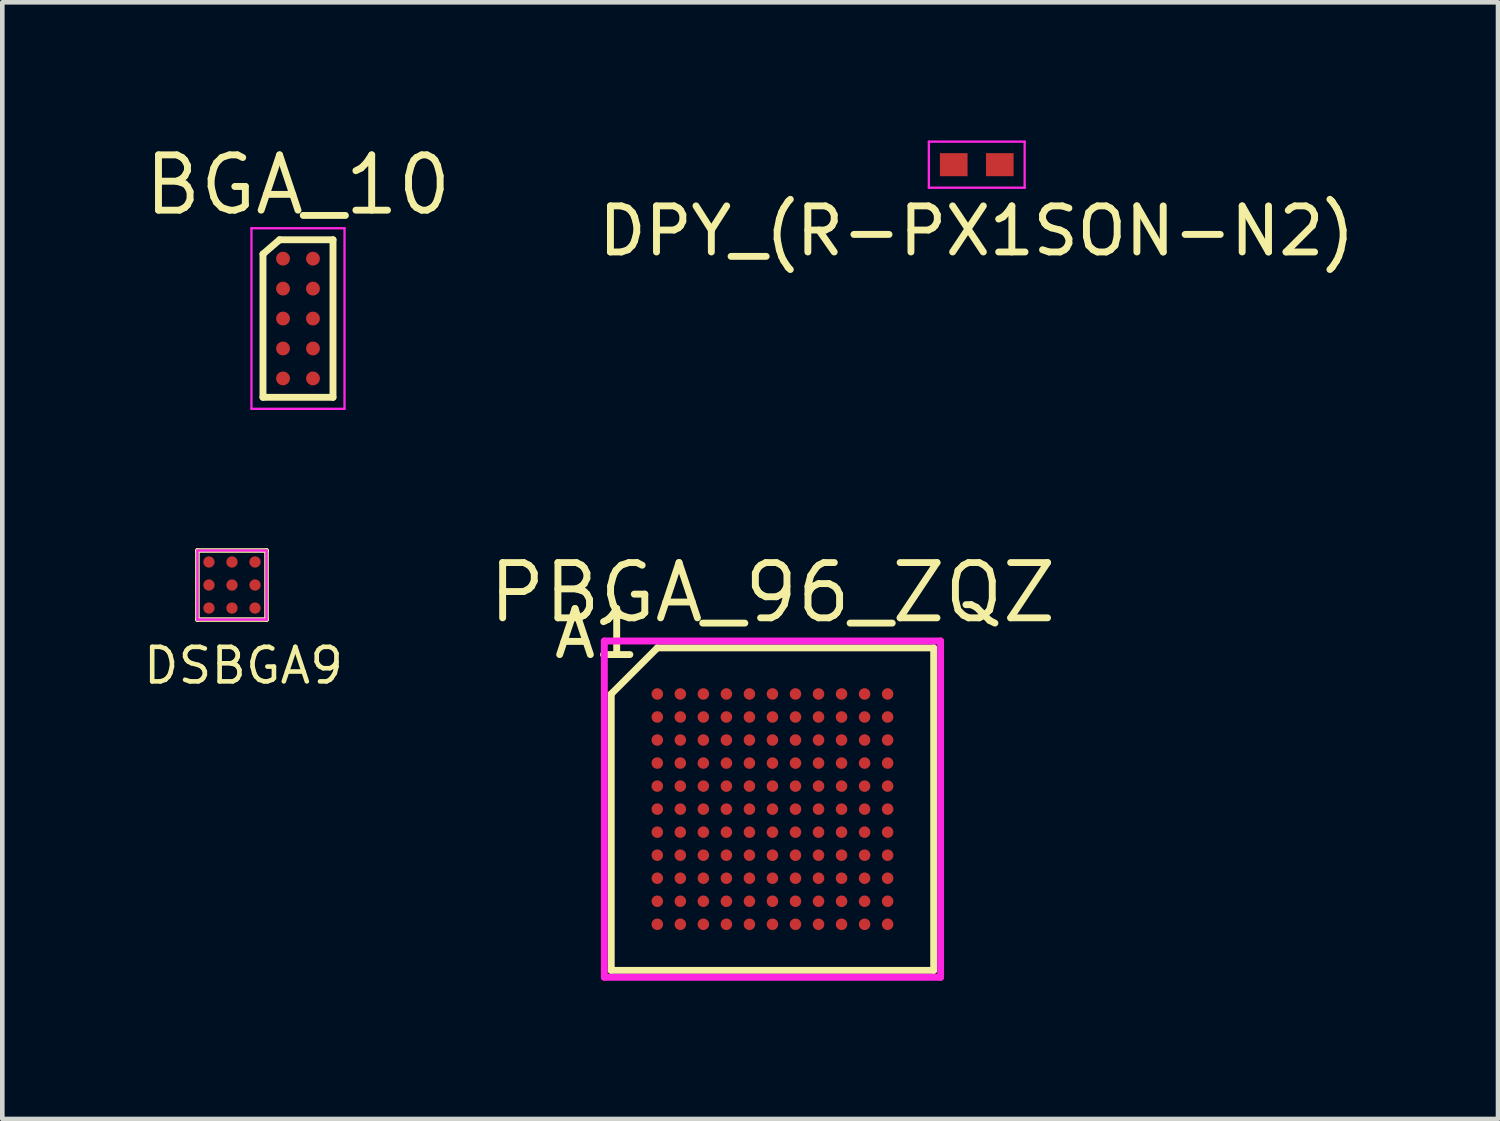
<source format=kicad_pcb>
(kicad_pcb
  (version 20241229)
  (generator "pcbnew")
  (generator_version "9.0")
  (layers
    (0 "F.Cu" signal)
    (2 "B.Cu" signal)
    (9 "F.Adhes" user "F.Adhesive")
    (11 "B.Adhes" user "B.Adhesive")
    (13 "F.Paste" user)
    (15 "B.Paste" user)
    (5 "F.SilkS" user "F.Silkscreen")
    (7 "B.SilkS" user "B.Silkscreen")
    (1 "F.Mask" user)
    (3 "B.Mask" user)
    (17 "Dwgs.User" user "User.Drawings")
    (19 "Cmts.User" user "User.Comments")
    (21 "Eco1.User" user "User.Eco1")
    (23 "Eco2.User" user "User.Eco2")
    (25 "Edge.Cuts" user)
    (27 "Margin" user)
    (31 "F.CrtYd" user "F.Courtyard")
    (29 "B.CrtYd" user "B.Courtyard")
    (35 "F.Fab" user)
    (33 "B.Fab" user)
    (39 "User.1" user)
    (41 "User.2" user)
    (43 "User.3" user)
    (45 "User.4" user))
  (footprint "DPY_(R-PX1SON-N2)"
    (layer "F.Cu")
    (at 18.154 0.525)
    (property "Reference" "DPY_(R-PX1SON-N2)" (at 0 1.44 0) (layer "F.SilkS") (effects (font (size 1 1) (thickness 0.15))))
    (attr through_hole)
    (fp_line (start -1.04 -0.5) (end 1.04 -0.5) (stroke (width 0.05) (type solid)) (layer "F.CrtYd"))
    (fp_line (start -1.04 0.5) (end -1.04 -0.5) (stroke (width 0.05) (type solid)) (layer "F.CrtYd"))
    (fp_line (start 1.04 -0.5) (end 1.04 0.5) (stroke (width 0.05) (type solid)) (layer "F.CrtYd"))
    (fp_line (start 1.04 0.5) (end -1.04 0.5) (stroke (width 0.05) (type solid)) (layer "F.CrtYd"))
    (pad "1" smd rect (at -0.5 0) (size 0.6 0.5) (layers "F.Cu" "F.Mask" "F.Paste"))
    (pad "2" smd rect (at 0.5 0) (size 0.6 0.5) (layers "F.Cu" "F.Mask" "F.Paste")))
  (footprint "DSBGA9"
    (layer "F.Cu")
    (at 1.986 9.65)
    (property "Reference" "DSBGA9" (at 0.25 1.75 0) (layer "F.SilkS") (effects (font (size 0.75 0.75) (thickness 0.1))))
    (attr smd)
    (fp_line (start -0.75 -0.75) (end 0.75 -0.75) (stroke (width 0.1) (type solid)) (layer "F.SilkS"))
    (fp_line (start -0.75 0.75) (end -0.75 -0.75) (stroke (width 0.1) (type solid)) (layer "F.SilkS"))
    (fp_line (start 0.75 -0.75) (end 0.75 0.75) (stroke (width 0.1) (type solid)) (layer "F.SilkS"))
    (fp_line (start 0.75 0.75) (end -0.75 0.75) (stroke (width 0.1) (type solid)) (layer "F.SilkS"))
    (fp_line (start -0.75 -0.75) (end 0.75 -0.75) (stroke (width 0.05) (type solid)) (layer "F.CrtYd"))
    (fp_line (start -0.75 0.75) (end -0.75 -0.75) (stroke (width 0.05) (type solid)) (layer "F.CrtYd"))
    (fp_line (start 0.75 -0.75) (end 0.75 0.75) (stroke (width 0.05) (type solid)) (layer "F.CrtYd"))
    (fp_line (start 0.75 0.75) (end -0.75 0.75) (stroke (width 0.05) (type solid)) (layer "F.CrtYd"))
    (fp_line (start -0.75 -0.75) (end 0.75 -0.75) (stroke (width 0.05) (type solid)) (layer "F.Fab"))
    (fp_line (start -0.75 0.75) (end -0.75 -0.75) (stroke (width 0.05) (type solid)) (layer "F.Fab"))
    (fp_line (start 0.75 -0.75) (end 0.75 0.75) (stroke (width 0.05) (type solid)) (layer "F.Fab"))
    (fp_line (start 0.75 0.75) (end -0.75 0.75) (stroke (width 0.05) (type solid)) (layer "F.Fab"))
    (pad "A1" smd circle (at -0.5 -0.5) (size 0.245 0.245) (layers "F.Cu" "F.Mask" "F.Paste"))
    (pad "A2" smd circle (at 0 -0.5) (size 0.245 0.245) (layers "F.Cu" "F.Mask" "F.Paste"))
    (pad "A3" smd circle (at 0.5 -0.5) (size 0.245 0.245) (layers "F.Cu" "F.Mask" "F.Paste"))
    (pad "B1" smd circle (at -0.5 0) (size 0.245 0.245) (layers "F.Cu" "F.Mask" "F.Paste"))
    (pad "B2" smd circle (at 0 0) (size 0.245 0.245) (layers "F.Cu" "F.Mask" "F.Paste"))
    (pad "B3" smd circle (at 0.5 0) (size 0.245 0.245) (layers "F.Cu" "F.Mask" "F.Paste"))
    (pad "C1" smd circle (at -0.5 0.5) (size 0.245 0.245) (layers "F.Cu" "F.Mask" "F.Paste"))
    (pad "C2" smd circle (at 0 0.5) (size 0.245 0.245) (layers "F.Cu" "F.Mask" "F.Paste"))
    (pad "C3" smd circle (at 0.5 0.5) (size 0.245 0.245) (layers "F.Cu" "F.Mask" "F.Paste")))
  (footprint "PBGA_96_ZQZ"
    (layer "F.Cu")
    (at 13.719 14.515)
    (property "Reference" "PBGA_96_ZQZ" (at 0 -4.7 0) (layer "F.SilkS") (effects (font (size 1.2 1.2) (thickness 0.15))))
    (attr through_hole)
    (fp_line (start -3.5 -2.5) (end -3.5 3.5) (stroke (width 0.15) (type solid)) (layer "F.SilkS"))
    (fp_line (start -3.5 3.5) (end 3.5 3.5) (stroke (width 0.15) (type solid)) (layer "F.SilkS"))
    (fp_line (start -2.5 -3.5) (end -3.5 -2.5) (stroke (width 0.15) (type solid)) (layer "F.SilkS"))
    (fp_line (start 3.5 -3.5) (end -2.5 -3.5) (stroke (width 0.15) (type solid)) (layer "F.SilkS"))
    (fp_line (start 3.5 3.5) (end 3.5 -3.5) (stroke (width 0.15) (type solid)) (layer "F.SilkS"))
    (fp_line (start -3.65 -3.65) (end 3.65 -3.65) (stroke (width 0.15) (type solid)) (layer "F.CrtYd"))
    (fp_line (start -3.65 3.65) (end -3.65 -3.65) (stroke (width 0.15) (type solid)) (layer "F.CrtYd"))
    (fp_line (start 3.65 -3.65) (end 3.65 3.65) (stroke (width 0.15) (type solid)) (layer "F.CrtYd"))
    (fp_line (start 3.65 3.65) (end -3.65 3.65) (stroke (width 0.15) (type solid)) (layer "F.CrtYd"))
    (fp_text user "A1" (at -3.81 -3.81 0) (layer "F.SilkS") (effects (font (size 1 1) (thickness 0.15))))
    (pad "A1" smd circle (at -2.5 -2.5) (size 0.25 0.25) (layers "F.Cu" "F.Mask" "F.Paste"))
    (pad "A2" smd circle (at -2 -2.5) (size 0.25 0.25) (layers "F.Cu" "F.Mask" "F.Paste"))
    (pad "A3" smd circle (at -1.5 -2.5) (size 0.25 0.25) (layers "F.Cu" "F.Mask" "F.Paste"))
    (pad "A4" smd circle (at -1 -2.5) (size 0.25 0.25) (layers "F.Cu" "F.Mask" "F.Paste"))
    (pad "A5" smd circle (at -0.5 -2.5) (size 0.25 0.25) (layers "F.Cu" "F.Mask" "F.Paste"))
    (pad "A6" smd circle (at 0 -2.5) (size 0.25 0.25) (layers "F.Cu" "F.Mask" "F.Paste"))
    (pad "A7" smd circle (at 0.5 -2.5) (size 0.25 0.25) (layers "F.Cu" "F.Mask" "F.Paste"))
    (pad "A8" smd circle (at 1 -2.5) (size 0.25 0.25) (layers "F.Cu" "F.Mask" "F.Paste"))
    (pad "A9" smd circle (at 1.5 -2.5) (size 0.25 0.25) (layers "F.Cu" "F.Mask" "F.Paste"))
    (pad "A10" smd circle (at 2 -2.5) (size 0.25 0.25) (layers "F.Cu" "F.Mask" "F.Paste"))
    (pad "A11" smd circle (at 2.5 -2.5) (size 0.25 0.25) (layers "F.Cu" "F.Mask" "F.Paste"))
    (pad "B1" smd circle (at -2.5 -2) (size 0.25 0.25) (layers "F.Cu" "F.Mask" "F.Paste"))
    (pad "B2" smd circle (at -2 -2) (size 0.25 0.25) (layers "F.Cu" "F.Mask" "F.Paste"))
    (pad "B3" smd circle (at -1.5 -2) (size 0.25 0.25) (layers "F.Cu" "F.Mask" "F.Paste"))
    (pad "B4" smd circle (at -1 -2) (size 0.25 0.25) (layers "F.Cu" "F.Mask" "F.Paste"))
    (pad "B5" smd circle (at -0.5 -2) (size 0.25 0.25) (layers "F.Cu" "F.Mask" "F.Paste"))
    (pad "B6" smd circle (at 0 -2) (size 0.25 0.25) (layers "F.Cu" "F.Mask" "F.Paste"))
    (pad "B7" smd circle (at 0.5 -2) (size 0.25 0.25) (layers "F.Cu" "F.Mask" "F.Paste"))
    (pad "B8" smd circle (at 1 -2) (size 0.25 0.25) (layers "F.Cu" "F.Mask" "F.Paste"))
    (pad "B9" smd circle (at 1.5 -2) (size 0.25 0.25) (layers "F.Cu" "F.Mask" "F.Paste"))
    (pad "B10" smd circle (at 2 -2) (size 0.25 0.25) (layers "F.Cu" "F.Mask" "F.Paste"))
    (pad "B11" smd circle (at 2.5 -2) (size 0.25 0.25) (layers "F.Cu" "F.Mask" "F.Paste"))
    (pad "C1" smd circle (at -2.5 -1.5) (size 0.25 0.25) (layers "F.Cu" "F.Mask" "F.Paste"))
    (pad "C2" smd circle (at -2 -1.5) (size 0.25 0.25) (layers "F.Cu" "F.Mask" "F.Paste"))
    (pad "C3" smd circle (at -1.5 -1.5) (size 0.25 0.25) (layers "F.Cu" "F.Mask" "F.Paste"))
    (pad "C4" smd circle (at -1 -1.5) (size 0.25 0.25) (layers "F.Cu" "F.Mask" "F.Paste"))
    (pad "C5" smd circle (at -0.5 -1.5) (size 0.25 0.25) (layers "F.Cu" "F.Mask" "F.Paste"))
    (pad "C6" smd circle (at 0 -1.5) (size 0.25 0.25) (layers "F.Cu" "F.Mask" "F.Paste"))
    (pad "C7" smd circle (at 0.5 -1.5) (size 0.25 0.25) (layers "F.Cu" "F.Mask" "F.Paste"))
    (pad "C8" smd circle (at 1 -1.5) (size 0.25 0.25) (layers "F.Cu" "F.Mask" "F.Paste"))
    (pad "C9" smd circle (at 1.5 -1.5) (size 0.25 0.25) (layers "F.Cu" "F.Mask" "F.Paste"))
    (pad "C10" smd circle (at 2 -1.5) (size 0.25 0.25) (layers "F.Cu" "F.Mask" "F.Paste"))
    (pad "C11" smd circle (at 2.5 -1.5) (size 0.25 0.25) (layers "F.Cu" "F.Mask" "F.Paste"))
    (pad "D1" smd circle (at -2.5 -1) (size 0.25 0.25) (layers "F.Cu" "F.Mask" "F.Paste"))
    (pad "D2" smd circle (at -2 -1) (size 0.25 0.25) (layers "F.Cu" "F.Mask" "F.Paste"))
    (pad "D3" smd circle (at -1.5 -1) (size 0.25 0.25) (layers "F.Cu" "F.Mask" "F.Paste"))
    (pad "D4" smd circle (at -1 -1) (size 0.25 0.25) (layers "F.Cu" "F.Mask" "F.Paste"))
    (pad "D5" smd circle (at -0.5 -1) (size 0.25 0.25) (layers "F.Cu" "F.Mask" "F.Paste"))
    (pad "D6" smd circle (at 0 -1) (size 0.25 0.25) (layers "F.Cu" "F.Mask" "F.Paste"))
    (pad "D7" smd circle (at 0.5 -1) (size 0.25 0.25) (layers "F.Cu" "F.Mask" "F.Paste"))
    (pad "D8" smd circle (at 1 -1) (size 0.25 0.25) (layers "F.Cu" "F.Mask" "F.Paste"))
    (pad "D9" smd circle (at 1.5 -1) (size 0.25 0.25) (layers "F.Cu" "F.Mask" "F.Paste"))
    (pad "D10" smd circle (at 2 -1) (size 0.25 0.25) (layers "F.Cu" "F.Mask" "F.Paste"))
    (pad "D11" smd circle (at 2.5 -1) (size 0.25 0.25) (layers "F.Cu" "F.Mask" "F.Paste"))
    (pad "E1" smd circle (at -2.5 -0.5) (size 0.25 0.25) (layers "F.Cu" "F.Mask" "F.Paste"))
    (pad "E2" smd circle (at -2 -0.5) (size 0.25 0.25) (layers "F.Cu" "F.Mask" "F.Paste"))
    (pad "E3" smd circle (at -1.5 -0.5) (size 0.25 0.25) (layers "F.Cu" "F.Mask" "F.Paste"))
    (pad "E4" smd circle (at -1 -0.5) (size 0.25 0.25) (layers "F.Cu" "F.Mask" "F.Paste"))
    (pad "E5" smd circle (at -0.5 -0.5) (size 0.25 0.25) (layers "F.Cu" "F.Mask" "F.Paste"))
    (pad "E6" smd circle (at 0 -0.5) (size 0.25 0.25) (layers "F.Cu" "F.Mask" "F.Paste"))
    (pad "E7" smd circle (at 0.5 -0.5) (size 0.25 0.25) (layers "F.Cu" "F.Mask" "F.Paste"))
    (pad "E8" smd circle (at 1 -0.5) (size 0.25 0.25) (layers "F.Cu" "F.Mask" "F.Paste"))
    (pad "E9" smd circle (at 1.5 -0.5) (size 0.25 0.25) (layers "F.Cu" "F.Mask" "F.Paste"))
    (pad "E10" smd circle (at 2 -0.5) (size 0.25 0.25) (layers "F.Cu" "F.Mask" "F.Paste"))
    (pad "E11" smd circle (at 2.5 -0.5) (size 0.25 0.25) (layers "F.Cu" "F.Mask" "F.Paste"))
    (pad "F1" smd circle (at -2.5 0) (size 0.25 0.25) (layers "F.Cu" "F.Mask" "F.Paste"))
    (pad "F2" smd circle (at -2 0) (size 0.25 0.25) (layers "F.Cu" "F.Mask" "F.Paste"))
    (pad "F3" smd circle (at -1.5 0) (size 0.25 0.25) (layers "F.Cu" "F.Mask" "F.Paste"))
    (pad "F4" smd circle (at -1 0) (size 0.25 0.25) (layers "F.Cu" "F.Mask" "F.Paste"))
    (pad "F5" smd circle (at -0.5 0) (size 0.25 0.25) (layers "F.Cu" "F.Mask" "F.Paste"))
    (pad "F6" smd circle (at 0 0) (size 0.25 0.25) (layers "F.Cu" "F.Mask" "F.Paste"))
    (pad "F7" smd circle (at 0.5 0) (size 0.25 0.25) (layers "F.Cu" "F.Mask" "F.Paste"))
    (pad "F8" smd circle (at 1 0) (size 0.25 0.25) (layers "F.Cu" "F.Mask" "F.Paste"))
    (pad "F9" smd circle (at 1.5 0) (size 0.25 0.25) (layers "F.Cu" "F.Mask" "F.Paste"))
    (pad "F10" smd circle (at 2 0) (size 0.25 0.25) (layers "F.Cu" "F.Mask" "F.Paste"))
    (pad "F11" smd circle (at 2.5 0) (size 0.25 0.25) (layers "F.Cu" "F.Mask" "F.Paste"))
    (pad "G1" smd circle (at -2.5 0.5) (size 0.25 0.25) (layers "F.Cu" "F.Mask" "F.Paste"))
    (pad "G2" smd circle (at -2 0.5) (size 0.25 0.25) (layers "F.Cu" "F.Mask" "F.Paste"))
    (pad "G3" smd circle (at -1.5 0.5) (size 0.25 0.25) (layers "F.Cu" "F.Mask" "F.Paste"))
    (pad "G4" smd circle (at -1 0.5) (size 0.25 0.25) (layers "F.Cu" "F.Mask" "F.Paste"))
    (pad "G5" smd circle (at -0.5 0.5) (size 0.25 0.25) (layers "F.Cu" "F.Mask" "F.Paste"))
    (pad "G6" smd circle (at 0 0.5) (size 0.25 0.25) (layers "F.Cu" "F.Mask" "F.Paste"))
    (pad "G7" smd circle (at 0.5 0.5) (size 0.25 0.25) (layers "F.Cu" "F.Mask" "F.Paste"))
    (pad "G8" smd circle (at 1 0.5) (size 0.25 0.25) (layers "F.Cu" "F.Mask" "F.Paste"))
    (pad "G9" smd circle (at 1.5 0.5) (size 0.25 0.25) (layers "F.Cu" "F.Mask" "F.Paste"))
    (pad "G10" smd circle (at 2 0.5) (size 0.25 0.25) (layers "F.Cu" "F.Mask" "F.Paste"))
    (pad "G11" smd circle (at 2.5 0.5) (size 0.25 0.25) (layers "F.Cu" "F.Mask" "F.Paste"))
    (pad "H1" smd circle (at -2.5 1) (size 0.25 0.25) (layers "F.Cu" "F.Mask" "F.Paste"))
    (pad "H2" smd circle (at -2 1) (size 0.25 0.25) (layers "F.Cu" "F.Mask" "F.Paste"))
    (pad "H3" smd circle (at -1.5 1) (size 0.25 0.25) (layers "F.Cu" "F.Mask" "F.Paste"))
    (pad "H4" smd circle (at -1 1) (size 0.25 0.25) (layers "F.Cu" "F.Mask" "F.Paste"))
    (pad "H5" smd circle (at -0.5 1) (size 0.25 0.25) (layers "F.Cu" "F.Mask" "F.Paste"))
    (pad "H6" smd circle (at 0 1) (size 0.25 0.25) (layers "F.Cu" "F.Mask" "F.Paste"))
    (pad "H7" smd circle (at 0.5 1) (size 0.25 0.25) (layers "F.Cu" "F.Mask" "F.Paste"))
    (pad "H8" smd circle (at 1 1) (size 0.25 0.25) (layers "F.Cu" "F.Mask" "F.Paste"))
    (pad "H9" smd circle (at 1.5 1) (size 0.25 0.25) (layers "F.Cu" "F.Mask" "F.Paste"))
    (pad "H10" smd circle (at 2 1) (size 0.25 0.25) (layers "F.Cu" "F.Mask" "F.Paste"))
    (pad "H11" smd circle (at 2.5 1) (size 0.25 0.25) (layers "F.Cu" "F.Mask" "F.Paste"))
    (pad "J1" smd circle (at -2.5 1.5) (size 0.25 0.25) (layers "F.Cu" "F.Mask" "F.Paste"))
    (pad "J2" smd circle (at -2 1.5) (size 0.25 0.25) (layers "F.Cu" "F.Mask" "F.Paste"))
    (pad "J3" smd circle (at -1.5 1.5) (size 0.25 0.25) (layers "F.Cu" "F.Mask" "F.Paste"))
    (pad "J4" smd circle (at -1 1.5) (size 0.25 0.25) (layers "F.Cu" "F.Mask" "F.Paste"))
    (pad "J5" smd circle (at -0.5 1.5) (size 0.25 0.25) (layers "F.Cu" "F.Mask" "F.Paste"))
    (pad "J6" smd circle (at 0 1.5) (size 0.25 0.25) (layers "F.Cu" "F.Mask" "F.Paste"))
    (pad "J7" smd circle (at 0.5 1.5) (size 0.25 0.25) (layers "F.Cu" "F.Mask" "F.Paste"))
    (pad "J8" smd circle (at 1 1.5) (size 0.25 0.25) (layers "F.Cu" "F.Mask" "F.Paste"))
    (pad "J9" smd circle (at 1.5 1.5) (size 0.25 0.25) (layers "F.Cu" "F.Mask" "F.Paste"))
    (pad "J10" smd circle (at 2 1.5) (size 0.25 0.25) (layers "F.Cu" "F.Mask" "F.Paste"))
    (pad "J11" smd circle (at 2.5 1.5) (size 0.25 0.25) (layers "F.Cu" "F.Mask" "F.Paste"))
    (pad "K1" smd circle (at -2.5 2) (size 0.25 0.25) (layers "F.Cu" "F.Mask" "F.Paste"))
    (pad "K2" smd circle (at -2 2) (size 0.25 0.25) (layers "F.Cu" "F.Mask" "F.Paste"))
    (pad "K3" smd circle (at -1.5 2) (size 0.25 0.25) (layers "F.Cu" "F.Mask" "F.Paste"))
    (pad "K4" smd circle (at -1 2) (size 0.25 0.25) (layers "F.Cu" "F.Mask" "F.Paste"))
    (pad "K5" smd circle (at -0.5 2) (size 0.25 0.25) (layers "F.Cu" "F.Mask" "F.Paste"))
    (pad "K6" smd circle (at 0 2) (size 0.25 0.25) (layers "F.Cu" "F.Mask" "F.Paste"))
    (pad "K7" smd circle (at 0.5 2) (size 0.25 0.25) (layers "F.Cu" "F.Mask" "F.Paste"))
    (pad "K8" smd circle (at 1 2) (size 0.25 0.25) (layers "F.Cu" "F.Mask" "F.Paste"))
    (pad "K9" smd circle (at 1.5 2) (size 0.25 0.25) (layers "F.Cu" "F.Mask" "F.Paste"))
    (pad "K10" smd circle (at 2 2) (size 0.25 0.25) (layers "F.Cu" "F.Mask" "F.Paste"))
    (pad "K11" smd circle (at 2.5 2) (size 0.25 0.25) (layers "F.Cu" "F.Mask" "F.Paste"))
    (pad "L1" smd circle (at -2.5 2.5) (size 0.25 0.25) (layers "F.Cu" "F.Mask" "F.Paste"))
    (pad "L2" smd circle (at -2 2.5) (size 0.25 0.25) (layers "F.Cu" "F.Mask" "F.Paste"))
    (pad "L3" smd circle (at -1.5 2.5) (size 0.25 0.25) (layers "F.Cu" "F.Mask" "F.Paste"))
    (pad "L4" smd circle (at -1 2.5) (size 0.25 0.25) (layers "F.Cu" "F.Mask" "F.Paste"))
    (pad "L5" smd circle (at -0.5 2.5) (size 0.25 0.25) (layers "F.Cu" "F.Mask" "F.Paste"))
    (pad "L6" smd circle (at 0 2.5) (size 0.25 0.25) (layers "F.Cu" "F.Mask" "F.Paste"))
    (pad "L7" smd circle (at 0.5 2.5) (size 0.25 0.25) (layers "F.Cu" "F.Mask" "F.Paste"))
    (pad "L8" smd circle (at 1 2.5) (size 0.25 0.25) (layers "F.Cu" "F.Mask" "F.Paste"))
    (pad "L9" smd circle (at 1.5 2.5) (size 0.25 0.25) (layers "F.Cu" "F.Mask" "F.Paste"))
    (pad "L10" smd circle (at 2 2.5) (size 0.25 0.25) (layers "F.Cu" "F.Mask" "F.Paste"))
    (pad "L11" smd circle (at 2.5 2.5) (size 0.25 0.25) (layers "F.Cu" "F.Mask" "F.Paste")))
  (footprint "BGA_10"
    (layer "F.Cu")
    (at 3.419 3.865)
    (property "Reference" "BGA_10" (at 0 -2.9 0) (layer "F.SilkS") (effects (font (size 1.2 1.2) (thickness 0.15))))
    (attr through_hole)
    (fp_line (start -0.76 -1.4) (end -0.76 1.71) (stroke (width 0.15) (type solid)) (layer "F.SilkS"))
    (fp_line (start -0.76 1.71) (end 0.76 1.71) (stroke (width 0.15) (type solid)) (layer "F.SilkS"))
    (fp_line (start -0.4 -1.71) (end -0.76 -1.4) (stroke (width 0.15) (type solid)) (layer "F.SilkS"))
    (fp_line (start 0.76 -1.71) (end -0.4 -1.71) (stroke (width 0.15) (type solid)) (layer "F.SilkS"))
    (fp_line (start 0.76 1.71) (end 0.76 -1.71) (stroke (width 0.15) (type solid)) (layer "F.SilkS"))
    (fp_line (start -1.01 -1.96) (end 1.01 -1.96) (stroke (width 0.05) (type solid)) (layer "F.CrtYd"))
    (fp_line (start -1.01 1.96) (end -1.01 -1.96) (stroke (width 0.05) (type solid)) (layer "F.CrtYd"))
    (fp_line (start 1.01 -1.96) (end 1.01 1.96) (stroke (width 0.05) (type solid)) (layer "F.CrtYd"))
    (fp_line (start 1.01 1.96) (end -1.01 1.96) (stroke (width 0.05) (type solid)) (layer "F.CrtYd"))
    (pad "A1" smd circle (at -0.325 -1.3) (size 0.3 0.3) (layers "F.Cu" "F.Mask" "F.Paste"))
    (pad "A2" smd circle (at 0.325 -1.3) (size 0.3 0.3) (layers "F.Cu" "F.Mask" "F.Paste"))
    (pad "B1" smd circle (at -0.325 -0.65) (size 0.3 0.3) (layers "F.Cu" "F.Mask" "F.Paste"))
    (pad "B2" smd circle (at 0.325 -0.65) (size 0.3 0.3) (layers "F.Cu" "F.Mask" "F.Paste"))
    (pad "C1" smd circle (at -0.325 0) (size 0.3 0.3) (layers "F.Cu" "F.Mask" "F.Paste"))
    (pad "C2" smd circle (at 0.325 0) (size 0.3 0.3) (layers "F.Cu" "F.Mask" "F.Paste"))
    (pad "D1" smd circle (at -0.325 0.65) (size 0.3 0.3) (layers "F.Cu" "F.Mask" "F.Paste"))
    (pad "D2" smd circle (at 0.325 0.65) (size 0.3 0.3) (layers "F.Cu" "F.Mask" "F.Paste"))
    (pad "E1" smd circle (at -0.325 1.3) (size 0.3 0.3) (layers "F.Cu" "F.Mask" "F.Paste"))
    (pad "E2" smd circle (at 0.325 1.3) (size 0.3 0.3) (layers "F.Cu" "F.Mask" "F.Paste")))
  (gr_rect
    (start -3 -3)
    (end 29.47 21.241)
    (stroke (width 0.1) (type default))
    (fill no)
    (layer "Edge.Cuts")))
</source>
